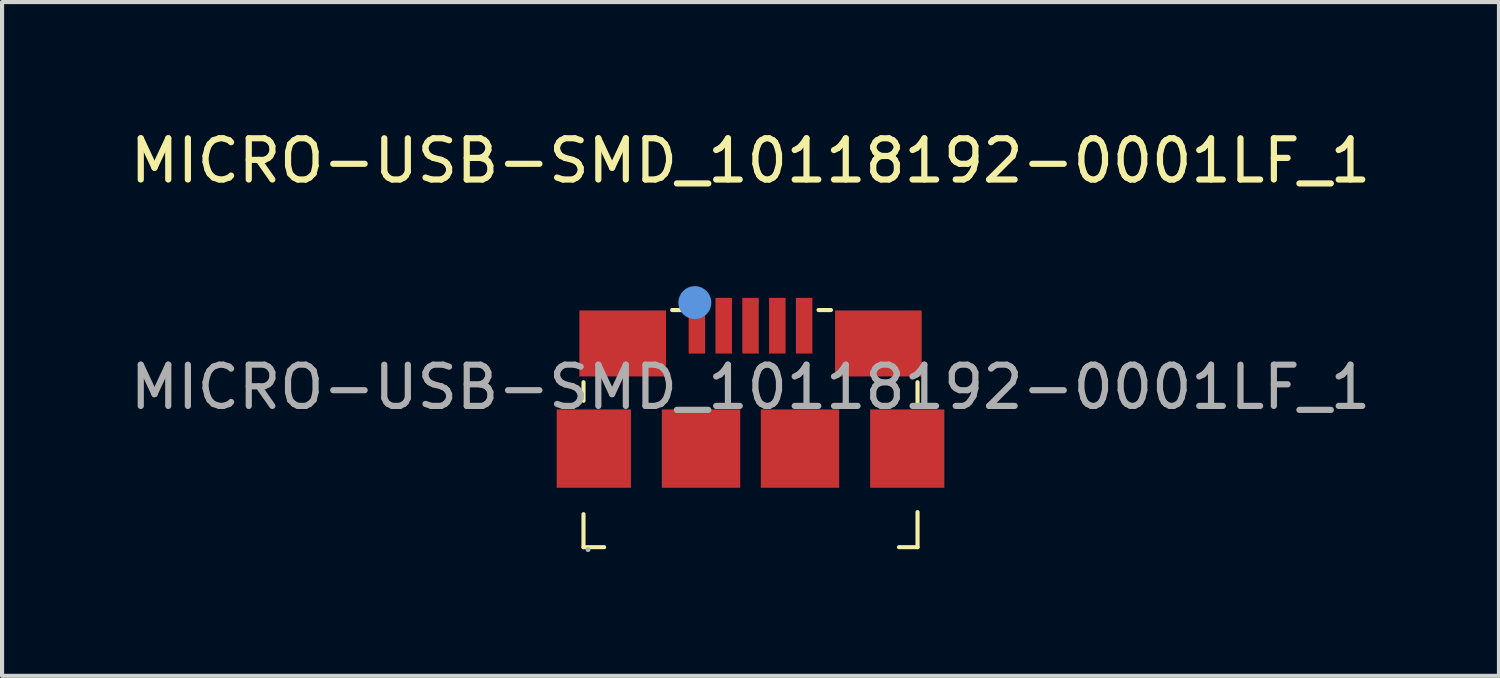
<source format=kicad_pcb>
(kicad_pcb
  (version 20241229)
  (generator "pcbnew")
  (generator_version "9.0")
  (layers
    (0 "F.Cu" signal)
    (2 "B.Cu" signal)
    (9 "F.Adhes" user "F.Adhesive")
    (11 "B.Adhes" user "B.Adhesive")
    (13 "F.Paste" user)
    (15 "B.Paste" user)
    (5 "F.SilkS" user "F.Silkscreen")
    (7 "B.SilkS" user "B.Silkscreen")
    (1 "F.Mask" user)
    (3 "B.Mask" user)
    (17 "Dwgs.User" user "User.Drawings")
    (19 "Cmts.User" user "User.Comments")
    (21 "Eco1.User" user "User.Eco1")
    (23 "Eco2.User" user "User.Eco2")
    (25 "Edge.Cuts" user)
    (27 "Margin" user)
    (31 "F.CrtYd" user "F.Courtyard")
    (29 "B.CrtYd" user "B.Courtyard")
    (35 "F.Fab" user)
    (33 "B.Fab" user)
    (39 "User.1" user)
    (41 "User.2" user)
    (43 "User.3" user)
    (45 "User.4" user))
  (footprint "MICRO-USB-SMD_10118192-0001LF_1"
    (layer "F.Cu")
    (at 15.149 6.338)
    (property "Reference" "MICRO-USB-SMD_10118192-0001LF_1" (at 0 -5.49 0) (layer "F.SilkS") (effects (font (size 1 1) (thickness 0.15))))
    (attr smd)
    (fp_line (start -4.05 -0.12) (end -4.05 0.33) (stroke (width 0.1) (type solid)) (layer "F.SilkS"))
    (fp_line (start -4.05 3.08) (end -4.05 3.88) (stroke (width 0.1) (type solid)) (layer "F.SilkS"))
    (fp_line (start -4.05 3.88) (end -3.55 3.88) (stroke (width 0.1) (type solid)) (layer "F.SilkS"))
    (fp_line (start -1.9 -1.87) (end -1.6 -1.87) (stroke (width 0.1) (type solid)) (layer "F.SilkS"))
    (fp_line (start 1.65 -1.87) (end 1.95 -1.87) (stroke (width 0.1) (type solid)) (layer "F.SilkS"))
    (fp_line (start 3.6 3.88) (end 4.05 3.88) (stroke (width 0.1) (type solid)) (layer "F.SilkS"))
    (fp_line (start 4.05 -0.12) (end 4.05 0.38) (stroke (width 0.1) (type solid)) (layer "F.SilkS"))
    (fp_line (start 4.05 3.88) (end 4.05 3.03) (stroke (width 0.1) (type solid)) (layer "F.SilkS"))
    (fp_circle (center -1.35 -2.05) (end -1.15 -2.05) (stroke (width 0.4) (type solid)) (fill no) (layer "Cmts.User"))
    (fp_circle (center -3.94 3.94) (end -3.91 3.94) (stroke (width 0.06) (type solid)) (fill no) (layer "F.Fab"))
    (fp_text user "${REFERENCE}" (at 0 0 0) (layer "F.Fab") (effects (font (size 1 1) (thickness 0.15))))
    (pad "1" smd rect (at -1.3 -1.49) (size 0.4 1.35) (layers "F.Cu" "F.Mask" "F.Paste"))
    (pad "2" smd rect (at -0.65 -1.49) (size 0.4 1.35) (layers "F.Cu" "F.Mask" "F.Paste"))
    (pad "3" smd rect (at 0 -1.49) (size 0.4 1.35) (layers "F.Cu" "F.Mask" "F.Paste"))
    (pad "4" smd rect (at 0.65 -1.49) (size 0.4 1.35) (layers "F.Cu" "F.Mask" "F.Paste"))
    (pad "5" smd rect (at 1.3 -1.49) (size 0.4 1.35) (layers "F.Cu" "F.Mask" "F.Paste"))
    (pad "6" smd rect (at -3.8 1.49) (size 1.8 1.9) (layers "F.Cu" "F.Mask" "F.Paste"))
    (pad "6" smd rect (at -3.1 -1.06) (size 2.1 1.6) (layers "F.Cu" "F.Mask" "F.Paste"))
    (pad "6" smd rect (at -1.2 1.49) (size 1.9 1.9) (layers "F.Cu" "F.Mask" "F.Paste"))
    (pad "6" smd rect (at 1.2 1.49) (size 1.9 1.9) (layers "F.Cu" "F.Mask" "F.Paste"))
    (pad "6" smd rect (at 3.1 -1.06) (size 2.1 1.6) (layers "F.Cu" "F.Mask" "F.Paste"))
    (pad "6" smd rect (at 3.8 1.49) (size 1.8 1.9) (layers "F.Cu" "F.Mask" "F.Paste")))
  (gr_rect
    (start -3 -3)
    (end 33.298 13.338)
    (stroke (width 0.1) (type default))
    (fill no)
    (layer "Edge.Cuts")))
</source>
